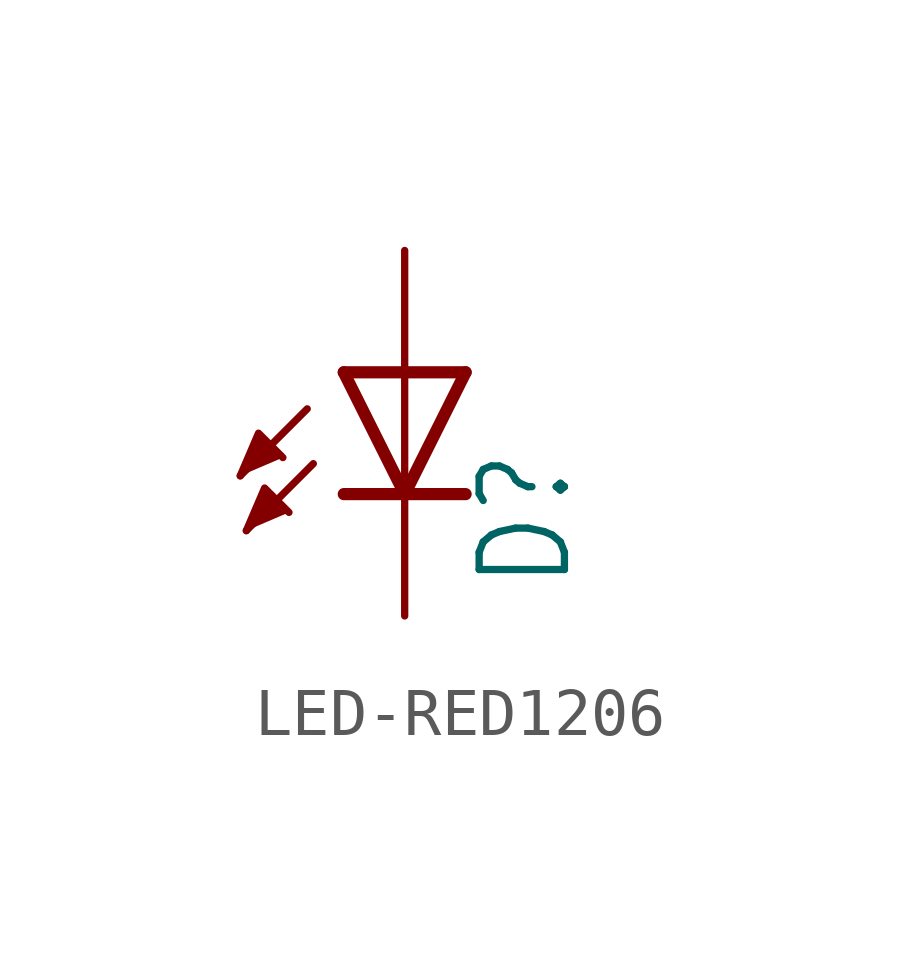
<source format=kicad_sym>
(kicad_symbol_lib
  (version 20231120)
  (generator "kicad_symbol_editor")
  (generator_version "8.0")
  (symbol "LED-RED1206"
    (property "Reference" "D"
      (at 3.556 -4.572 90)
      (effects (font (size 1.778 1.511)) (justify left bottom)))
    (property "Value" ""
      (at 5.715 -4.572 90)
      (effects (font (size 1.778 1.511)) (justify left bottom)))
    (property "ki_locked" ""
      (at 0 0 0)
      (effects (font (size 1.27 1.27))))
    (symbol "LED-RED1206_1_0"
      (polyline (pts (xy -2.032 -0.762) (xy -3.429 -2.159)) (stroke (width 0.152) (type solid)) (fill (type none)))
      (polyline (pts (xy -1.905 -1.905) (xy -3.302 -3.302)) (stroke (width 0.152) (type solid)) (fill (type none)))
      (polyline (pts (xy 0 -2.54) (xy -1.27 -2.54)) (stroke (width 0.254) (type solid)) (fill (type none)))
      (polyline (pts (xy 0 -2.54) (xy -1.27 0)) (stroke (width 0.254) (type solid)) (fill (type none)))
      (polyline (pts (xy 0 0) (xy -1.27 0)) (stroke (width 0.254) (type solid)) (fill (type none)))
      (polyline (pts (xy 0 0) (xy 0 -2.54)) (stroke (width 0.152) (type solid)) (fill (type none)))
      (polyline (pts (xy 1.27 -2.54) (xy 0 -2.54)) (stroke (width 0.254) (type solid)) (fill (type none)))
      (polyline (pts (xy 1.27 0) (xy 0 -2.54)) (stroke (width 0.254) (type solid)) (fill (type none)))
      (polyline (pts (xy 1.27 0) (xy 0 0)) (stroke (width 0.254) (type solid)) (fill (type none)))
      (polyline (pts (xy -3.429 -2.159) (xy -3.048 -1.27) (xy -2.54 -1.778)) (stroke (width 0.152) (type solid)) (fill (type outline)))
      (polyline (pts (xy -3.302 -3.302) (xy -2.921 -2.413) (xy -2.413 -2.921)) (stroke (width 0.152) (type solid)) (fill (type outline)))
      (pin passive line (at 0 2.54 270) (length 2.54) (name "A" (effects (font (size 0 0)))) (number "A" (effects (font (size 0 0)))))
      (pin passive line (at 0 -5.08 90) (length 2.54) (name "C" (effects (font (size 0 0)))) (number "C" (effects (font (size 0 0))))))))
</source>
